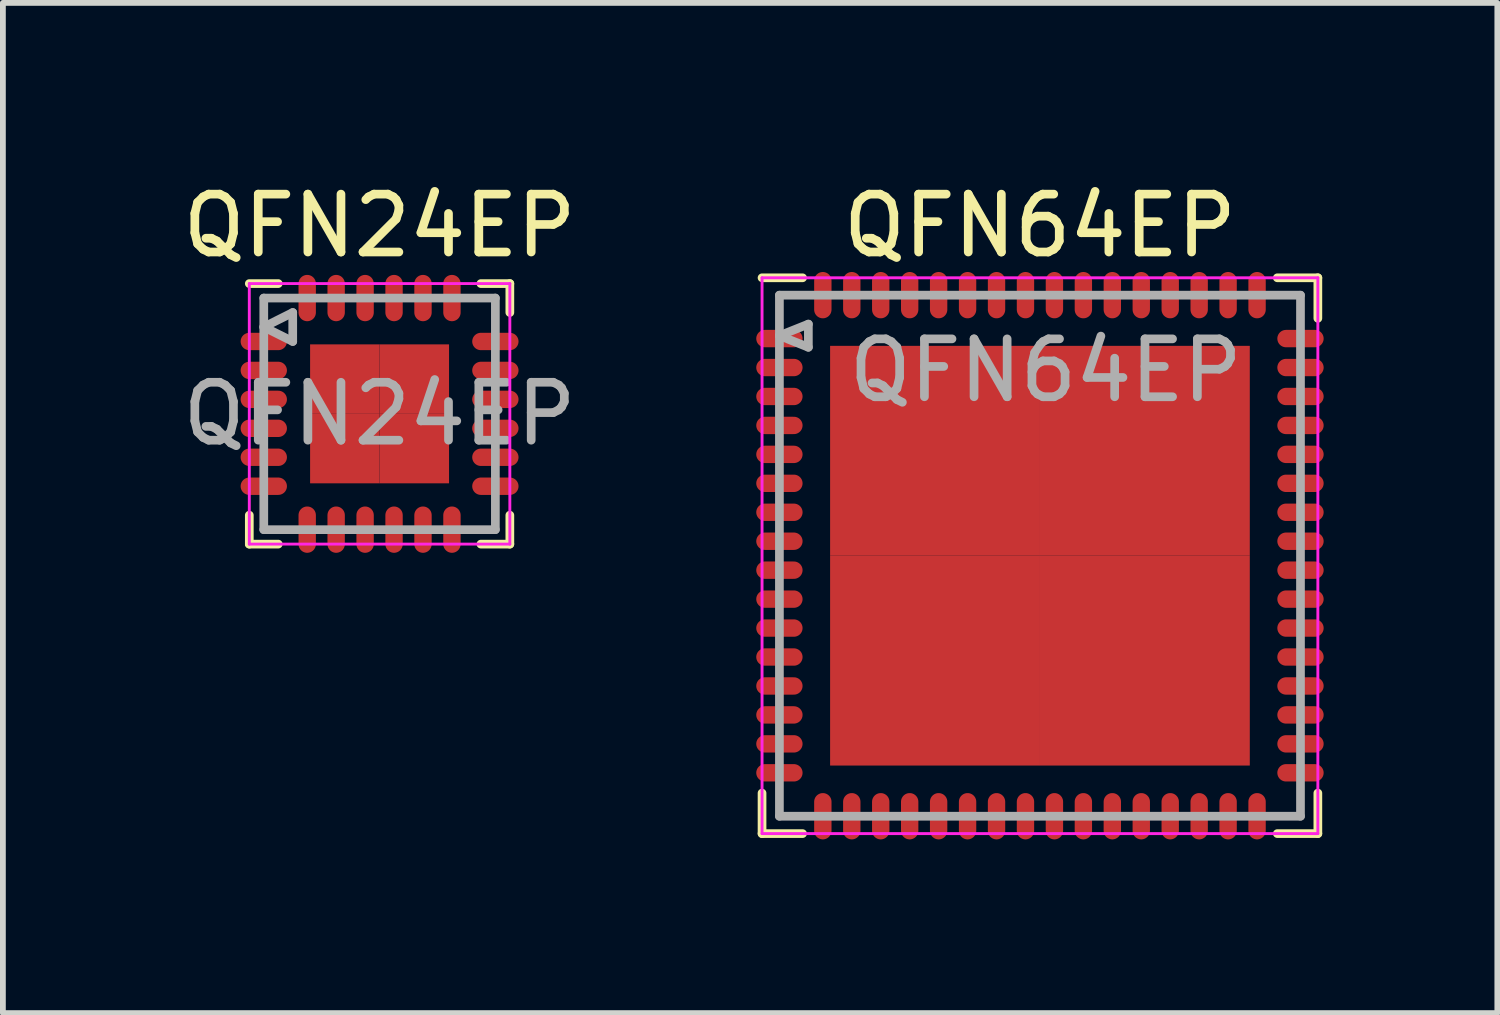
<source format=kicad_pcb>
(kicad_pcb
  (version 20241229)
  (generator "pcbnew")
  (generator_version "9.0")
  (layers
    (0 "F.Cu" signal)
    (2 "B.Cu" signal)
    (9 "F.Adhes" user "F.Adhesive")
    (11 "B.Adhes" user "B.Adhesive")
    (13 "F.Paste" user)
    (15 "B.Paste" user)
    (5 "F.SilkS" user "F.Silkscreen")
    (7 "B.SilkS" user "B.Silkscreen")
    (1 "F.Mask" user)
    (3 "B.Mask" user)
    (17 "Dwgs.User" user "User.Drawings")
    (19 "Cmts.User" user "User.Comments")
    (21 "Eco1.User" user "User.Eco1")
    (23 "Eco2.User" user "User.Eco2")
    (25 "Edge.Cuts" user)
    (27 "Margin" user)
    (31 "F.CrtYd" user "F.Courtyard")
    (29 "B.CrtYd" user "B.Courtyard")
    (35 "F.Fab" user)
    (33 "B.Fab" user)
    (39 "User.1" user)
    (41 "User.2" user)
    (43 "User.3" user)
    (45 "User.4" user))
  (footprint "QFN24EP"
    (layer "F.Cu")
    (at 3.506 4.098)
    (property "Reference" "QFN24EP" (at 0 -3.25 0) (layer "F.SilkS") (effects (font (size 1 1) (thickness 0.15))))
    (attr smd)
    (fp_line (start -2.25 -2.25) (end -1.75 -2.25) (stroke (width 0.15) (type solid)) (layer "F.SilkS"))
    (fp_line (start -2.25 2.25) (end -2.25 1.75) (stroke (width 0.15) (type solid)) (layer "F.SilkS"))
    (fp_line (start -2.25 2.25) (end -1.75 2.25) (stroke (width 0.15) (type solid)) (layer "F.SilkS"))
    (fp_line (start 2.25 -2.25) (end 1.75 -2.25) (stroke (width 0.15) (type solid)) (layer "F.SilkS"))
    (fp_line (start 2.25 -2.25) (end 2.25 -1.75) (stroke (width 0.15) (type solid)) (layer "F.SilkS"))
    (fp_line (start 2.25 2.25) (end 1.75 2.25) (stroke (width 0.15) (type solid)) (layer "F.SilkS"))
    (fp_line (start 2.25 2.25) (end 2.25 1.75) (stroke (width 0.15) (type solid)) (layer "F.SilkS"))
    (fp_line (start -2.25 -2.25) (end -2.25 2.25) (stroke (width 0.05) (type solid)) (layer "F.CrtYd"))
    (fp_line (start -2.25 -2.25) (end 2.25 -2.25) (stroke (width 0.05) (type solid)) (layer "F.CrtYd"))
    (fp_line (start -2.25 2.25) (end 2.25 2.25) (stroke (width 0.05) (type solid)) (layer "F.CrtYd"))
    (fp_line (start 2.25 -2.25) (end 2.25 2.25) (stroke (width 0.05) (type solid)) (layer "F.CrtYd"))
    (fp_line (start -2 -2) (end -2 2) (stroke (width 0.15) (type solid)) (layer "F.Fab"))
    (fp_line (start -2 -1.5) (end -1.5 -1.75) (stroke (width 0.15) (type solid)) (layer "F.Fab"))
    (fp_line (start -2 2) (end 2 2) (stroke (width 0.15) (type solid)) (layer "F.Fab"))
    (fp_line (start -1.5 -1.75) (end -1.5 -1.25) (stroke (width 0.15) (type solid)) (layer "F.Fab"))
    (fp_line (start -1.5 -1.25) (end -2 -1.5) (stroke (width 0.15) (type solid)) (layer "F.Fab"))
    (fp_line (start 2 -2) (end -2 -2) (stroke (width 0.15) (type solid)) (layer "F.Fab"))
    (fp_line (start 2 2) (end 2 -2) (stroke (width 0.15) (type solid)) (layer "F.Fab"))
    (fp_text user "${REFERENCE}" (at 0 0 0) (layer "F.Fab") (effects (font (size 1 1) (thickness 0.15))))
    (pad "1" smd oval (at -2 -1.25) (size 0.8 0.3) (layers "F.Cu" "F.Mask" "F.Paste"))
    (pad "2" smd oval (at -2 -0.75) (size 0.8 0.3) (layers "F.Cu" "F.Mask" "F.Paste"))
    (pad "3" smd oval (at -2 -0.25) (size 0.8 0.3) (layers "F.Cu" "F.Mask" "F.Paste"))
    (pad "4" smd oval (at -2 0.25) (size 0.8 0.3) (layers "F.Cu" "F.Mask" "F.Paste"))
    (pad "5" smd oval (at -2 0.75) (size 0.8 0.3) (layers "F.Cu" "F.Mask" "F.Paste"))
    (pad "6" smd oval (at -2 1.25) (size 0.8 0.3) (layers "F.Cu" "F.Mask" "F.Paste"))
    (pad "7" smd oval (at -1.25 2) (size 0.3 0.8) (layers "F.Cu" "F.Mask" "F.Paste"))
    (pad "8" smd oval (at -0.75 2) (size 0.3 0.8) (layers "F.Cu" "F.Mask" "F.Paste"))
    (pad "9" smd oval (at -0.25 2) (size 0.3 0.8) (layers "F.Cu" "F.Mask" "F.Paste"))
    (pad "10" smd oval (at 0.25 2) (size 0.3 0.8) (layers "F.Cu" "F.Mask" "F.Paste"))
    (pad "11" smd oval (at 0.75 2) (size 0.3 0.8) (layers "F.Cu" "F.Mask" "F.Paste"))
    (pad "12" smd oval (at 1.25 2) (size 0.3 0.8) (layers "F.Cu" "F.Mask" "F.Paste"))
    (pad "13" smd oval (at 2 1.25) (size 0.8 0.3) (layers "F.Cu" "F.Mask" "F.Paste"))
    (pad "14" smd oval (at 2 0.75) (size 0.8 0.3) (layers "F.Cu" "F.Mask" "F.Paste"))
    (pad "15" smd oval (at 2 0.25) (size 0.8 0.3) (layers "F.Cu" "F.Mask" "F.Paste"))
    (pad "16" smd oval (at 2 -0.25) (size 0.8 0.3) (layers "F.Cu" "F.Mask" "F.Paste"))
    (pad "17" smd oval (at 2 -0.75) (size 0.8 0.3) (layers "F.Cu" "F.Mask" "F.Paste"))
    (pad "18" smd oval (at 2 -1.25) (size 0.8 0.3) (layers "F.Cu" "F.Mask" "F.Paste"))
    (pad "19" smd oval (at 1.25 -2) (size 0.3 0.8) (layers "F.Cu" "F.Mask" "F.Paste"))
    (pad "20" smd oval (at 0.75 -2) (size 0.3 0.8) (layers "F.Cu" "F.Mask" "F.Paste"))
    (pad "21" smd oval (at 0.25 -2) (size 0.3 0.8) (layers "F.Cu" "F.Mask" "F.Paste"))
    (pad "22" smd oval (at -0.25 -2) (size 0.3 0.8) (layers "F.Cu" "F.Mask" "F.Paste"))
    (pad "23" smd oval (at -0.75 -2) (size 0.3 0.8) (layers "F.Cu" "F.Mask" "F.Paste"))
    (pad "24" smd oval (at -1.25 -2) (size 0.3 0.8) (layers "F.Cu" "F.Mask" "F.Paste"))
    (pad "25" smd rect (at -0.6 -0.6) (size 1.2 1.2) (layers "F.Cu" "F.Mask" "F.Paste"))
    (pad "25" smd rect (at -0.6 0.6) (size 1.2 1.2) (layers "F.Cu" "F.Mask" "F.Paste"))
    (pad "25" smd rect (at 0.6 -0.6) (size 1.2 1.2) (layers "F.Cu" "F.Mask" "F.Paste"))
    (pad "25" smd rect (at 0.6 0.6) (size 1.2 1.2) (layers "F.Cu" "F.Mask" "F.Paste")))
  (footprint "QFN64EP"
    (layer "F.Cu")
    (at 14.912 6.548)
    (property "Reference" "QFN64EP" (at 0 -5.7 0) (layer "F.SilkS") (effects (font (size 1 1) (thickness 0.15))))
    (attr smd)
    (fp_line (start -4.8 -4.8) (end -4.1 -4.8) (stroke (width 0.15) (type solid)) (layer "F.SilkS"))
    (fp_line (start -4.8 4.8) (end -4.8 4.1) (stroke (width 0.15) (type solid)) (layer "F.SilkS"))
    (fp_line (start -4.8 4.8) (end -4.1 4.8) (stroke (width 0.15) (type solid)) (layer "F.SilkS"))
    (fp_line (start 4.8 -4.8) (end 4.1 -4.8) (stroke (width 0.15) (type solid)) (layer "F.SilkS"))
    (fp_line (start 4.8 -4.8) (end 4.8 -4.1) (stroke (width 0.15) (type solid)) (layer "F.SilkS"))
    (fp_line (start 4.8 4.1) (end 4.8 4.8) (stroke (width 0.15) (type solid)) (layer "F.SilkS"))
    (fp_line (start 4.8 4.8) (end 4.1 4.8) (stroke (width 0.15) (type solid)) (layer "F.SilkS"))
    (fp_line (start -4.8 -4.8) (end -4.8 4.8) (stroke (width 0.05) (type solid)) (layer "F.CrtYd"))
    (fp_line (start -4.8 -4.8) (end 4.8 -4.8) (stroke (width 0.05) (type solid)) (layer "F.CrtYd"))
    (fp_line (start -4.8 4.8) (end 4.8 4.8) (stroke (width 0.05) (type solid)) (layer "F.CrtYd"))
    (fp_line (start 4.8 -4.8) (end 4.8 4.8) (stroke (width 0.05) (type solid)) (layer "F.CrtYd"))
    (fp_line (start -4.5 -4.5) (end -4.5 4.5) (stroke (width 0.15) (type solid)) (layer "F.Fab"))
    (fp_line (start -4.5 -3.8) (end -4 -4) (stroke (width 0.15) (type solid)) (layer "F.Fab"))
    (fp_line (start -4.5 4.5) (end 4.5 4.5) (stroke (width 0.15) (type solid)) (layer "F.Fab"))
    (fp_line (start -4 -4) (end -4 -3.6) (stroke (width 0.15) (type solid)) (layer "F.Fab"))
    (fp_line (start -4 -3.6) (end -4.5 -3.8) (stroke (width 0.15) (type solid)) (layer "F.Fab"))
    (fp_line (start 4.5 -4.5) (end -4.5 -4.5) (stroke (width 0.15) (type solid)) (layer "F.Fab"))
    (fp_line (start 4.5 4.5) (end 4.5 -4.5) (stroke (width 0.15) (type solid)) (layer "F.Fab"))
    (fp_text user "${REFERENCE}" (at 0.1 -3.2 0) (layer "F.Fab") (effects (font (size 1 1) (thickness 0.15))))
    (pad "1" smd oval (at -4.5 -3.75) (size 0.8 0.3) (layers "F.Cu" "F.Mask" "F.Paste"))
    (pad "2" smd oval (at -4.5 -3.25) (size 0.8 0.3) (layers "F.Cu" "F.Mask" "F.Paste"))
    (pad "3" smd oval (at -4.5 -2.75) (size 0.8 0.3) (layers "F.Cu" "F.Mask" "F.Paste"))
    (pad "4" smd oval (at -4.5 -2.25) (size 0.8 0.3) (layers "F.Cu" "F.Mask" "F.Paste"))
    (pad "5" smd oval (at -4.5 -1.75) (size 0.8 0.3) (layers "F.Cu" "F.Mask" "F.Paste"))
    (pad "6" smd oval (at -4.5 -1.25) (size 0.8 0.3) (layers "F.Cu" "F.Mask" "F.Paste"))
    (pad "7" smd oval (at -4.5 -0.75) (size 0.8 0.3) (layers "F.Cu" "F.Mask" "F.Paste"))
    (pad "8" smd oval (at -4.5 -0.25) (size 0.8 0.3) (layers "F.Cu" "F.Mask" "F.Paste"))
    (pad "9" smd oval (at -4.5 0.25) (size 0.8 0.3) (layers "F.Cu" "F.Mask" "F.Paste"))
    (pad "10" smd oval (at -4.5 0.75) (size 0.8 0.3) (layers "F.Cu" "F.Mask" "F.Paste"))
    (pad "11" smd oval (at -4.5 1.25) (size 0.8 0.3) (layers "F.Cu" "F.Mask" "F.Paste"))
    (pad "12" smd oval (at -4.5 1.75) (size 0.8 0.3) (layers "F.Cu" "F.Mask" "F.Paste"))
    (pad "13" smd oval (at -4.5 2.25) (size 0.8 0.3) (layers "F.Cu" "F.Mask" "F.Paste"))
    (pad "14" smd oval (at -4.5 2.75) (size 0.8 0.3) (layers "F.Cu" "F.Mask" "F.Paste"))
    (pad "15" smd oval (at -4.5 3.25) (size 0.8 0.3) (layers "F.Cu" "F.Mask" "F.Paste"))
    (pad "16" smd oval (at -4.5 3.75) (size 0.8 0.3) (layers "F.Cu" "F.Mask" "F.Paste"))
    (pad "17" smd oval (at -3.75 4.5) (size 0.3 0.8) (layers "F.Cu" "F.Mask" "F.Paste"))
    (pad "18" smd oval (at -3.25 4.5) (size 0.3 0.8) (layers "F.Cu" "F.Mask" "F.Paste"))
    (pad "19" smd oval (at -2.75 4.5) (size 0.3 0.8) (layers "F.Cu" "F.Mask" "F.Paste"))
    (pad "20" smd oval (at -2.25 4.5) (size 0.3 0.8) (layers "F.Cu" "F.Mask" "F.Paste"))
    (pad "21" smd oval (at -1.75 4.5) (size 0.3 0.8) (layers "F.Cu" "F.Mask" "F.Paste"))
    (pad "22" smd oval (at -1.25 4.5) (size 0.3 0.8) (layers "F.Cu" "F.Mask" "F.Paste"))
    (pad "23" smd oval (at -0.75 4.5) (size 0.3 0.8) (layers "F.Cu" "F.Mask" "F.Paste"))
    (pad "24" smd oval (at -0.25 4.5) (size 0.3 0.8) (layers "F.Cu" "F.Mask" "F.Paste"))
    (pad "25" smd oval (at 0.25 4.5) (size 0.3 0.8) (layers "F.Cu" "F.Mask" "F.Paste"))
    (pad "26" smd oval (at 0.75 4.5) (size 0.3 0.8) (layers "F.Cu" "F.Mask" "F.Paste"))
    (pad "27" smd oval (at 1.25 4.5) (size 0.3 0.8) (layers "F.Cu" "F.Mask" "F.Paste"))
    (pad "28" smd oval (at 1.75 4.5) (size 0.3 0.8) (layers "F.Cu" "F.Mask" "F.Paste"))
    (pad "29" smd oval (at 2.25 4.5) (size 0.3 0.8) (layers "F.Cu" "F.Mask" "F.Paste"))
    (pad "30" smd oval (at 2.75 4.5) (size 0.3 0.8) (layers "F.Cu" "F.Mask" "F.Paste"))
    (pad "31" smd oval (at 3.25 4.5) (size 0.3 0.8) (layers "F.Cu" "F.Mask" "F.Paste"))
    (pad "32" smd oval (at 3.75 4.5) (size 0.3 0.8) (layers "F.Cu" "F.Mask" "F.Paste"))
    (pad "33" smd oval (at 4.5 3.75) (size 0.8 0.3) (layers "F.Cu" "F.Mask" "F.Paste"))
    (pad "34" smd oval (at 4.5 3.25) (size 0.8 0.3) (layers "F.Cu" "F.Mask" "F.Paste"))
    (pad "35" smd oval (at 4.5 2.75) (size 0.8 0.3) (layers "F.Cu" "F.Mask" "F.Paste"))
    (pad "36" smd oval (at 4.5 2.25) (size 0.8 0.3) (layers "F.Cu" "F.Mask" "F.Paste"))
    (pad "37" smd oval (at 4.5 1.75) (size 0.8 0.3) (layers "F.Cu" "F.Mask" "F.Paste"))
    (pad "38" smd oval (at 4.5 1.25) (size 0.8 0.3) (layers "F.Cu" "F.Mask" "F.Paste"))
    (pad "39" smd oval (at 4.5 0.75) (size 0.8 0.3) (layers "F.Cu" "F.Mask" "F.Paste"))
    (pad "40" smd oval (at 4.5 0.25) (size 0.8 0.3) (layers "F.Cu" "F.Mask" "F.Paste"))
    (pad "41" smd oval (at 4.5 -0.25) (size 0.8 0.3) (layers "F.Cu" "F.Mask" "F.Paste"))
    (pad "42" smd oval (at 4.5 -0.75) (size 0.8 0.3) (layers "F.Cu" "F.Mask" "F.Paste"))
    (pad "43" smd oval (at 4.5 -1.25) (size 0.8 0.3) (layers "F.Cu" "F.Mask" "F.Paste"))
    (pad "44" smd oval (at 4.5 -1.75) (size 0.8 0.3) (layers "F.Cu" "F.Mask" "F.Paste"))
    (pad "45" smd oval (at 4.5 -2.25) (size 0.8 0.3) (layers "F.Cu" "F.Mask" "F.Paste"))
    (pad "46" smd oval (at 4.5 -2.75) (size 0.8 0.3) (layers "F.Cu" "F.Mask" "F.Paste"))
    (pad "47" smd oval (at 4.5 -3.25) (size 0.8 0.3) (layers "F.Cu" "F.Mask" "F.Paste"))
    (pad "48" smd oval (at 4.5 -3.75) (size 0.8 0.3) (layers "F.Cu" "F.Mask" "F.Paste"))
    (pad "49" smd oval (at 3.75 -4.5) (size 0.3 0.8) (layers "F.Cu" "F.Mask" "F.Paste"))
    (pad "50" smd oval (at 3.25 -4.5) (size 0.3 0.8) (layers "F.Cu" "F.Mask" "F.Paste"))
    (pad "51" smd oval (at 2.75 -4.5) (size 0.3 0.8) (layers "F.Cu" "F.Mask" "F.Paste"))
    (pad "52" smd oval (at 2.25 -4.5) (size 0.3 0.8) (layers "F.Cu" "F.Mask" "F.Paste"))
    (pad "53" smd oval (at 1.75 -4.5) (size 0.3 0.8) (layers "F.Cu" "F.Mask" "F.Paste"))
    (pad "54" smd oval (at 1.25 -4.5) (size 0.3 0.8) (layers "F.Cu" "F.Mask" "F.Paste"))
    (pad "55" smd oval (at 0.75 -4.5) (size 0.3 0.8) (layers "F.Cu" "F.Mask" "F.Paste"))
    (pad "56" smd oval (at 0.25 -4.5) (size 0.3 0.8) (layers "F.Cu" "F.Mask" "F.Paste"))
    (pad "57" smd oval (at -0.25 -4.5) (size 0.3 0.8) (layers "F.Cu" "F.Mask" "F.Paste"))
    (pad "58" smd oval (at -0.75 -4.5) (size 0.3 0.8) (layers "F.Cu" "F.Mask" "F.Paste"))
    (pad "59" smd oval (at -1.25 -4.5) (size 0.3 0.8) (layers "F.Cu" "F.Mask" "F.Paste"))
    (pad "60" smd oval (at -1.75 -4.5) (size 0.3 0.8) (layers "F.Cu" "F.Mask" "F.Paste"))
    (pad "61" smd oval (at -2.25 -4.5) (size 0.3 0.8) (layers "F.Cu" "F.Mask" "F.Paste"))
    (pad "62" smd oval (at -2.75 -4.5) (size 0.3 0.8) (layers "F.Cu" "F.Mask" "F.Paste"))
    (pad "63" smd oval (at -3.25 -4.5) (size 0.3 0.8) (layers "F.Cu" "F.Mask" "F.Paste"))
    (pad "64" smd oval (at -3.75 -4.5) (size 0.3 0.8) (layers "F.Cu" "F.Mask" "F.Paste"))
    (pad "65" smd rect (at -1.812 -1.812) (size 3.625 3.625) (layers "F.Cu" "F.Mask" "F.Paste"))
    (pad "65" smd rect (at -1.812 1.812) (size 3.625 3.625) (layers "F.Cu" "F.Mask" "F.Paste"))
    (pad "65" smd rect (at 1.812 -1.812) (size 3.625 3.625) (layers "F.Cu" "F.Mask" "F.Paste"))
    (pad "65" smd rect (at 1.812 1.812) (size 3.625 3.625) (layers "F.Cu" "F.Mask" "F.Paste")))
  (gr_rect
    (start -3 -3)
    (end 22.812 14.448)
    (stroke (width 0.1) (type default))
    (fill no)
    (layer "Edge.Cuts")))
</source>
